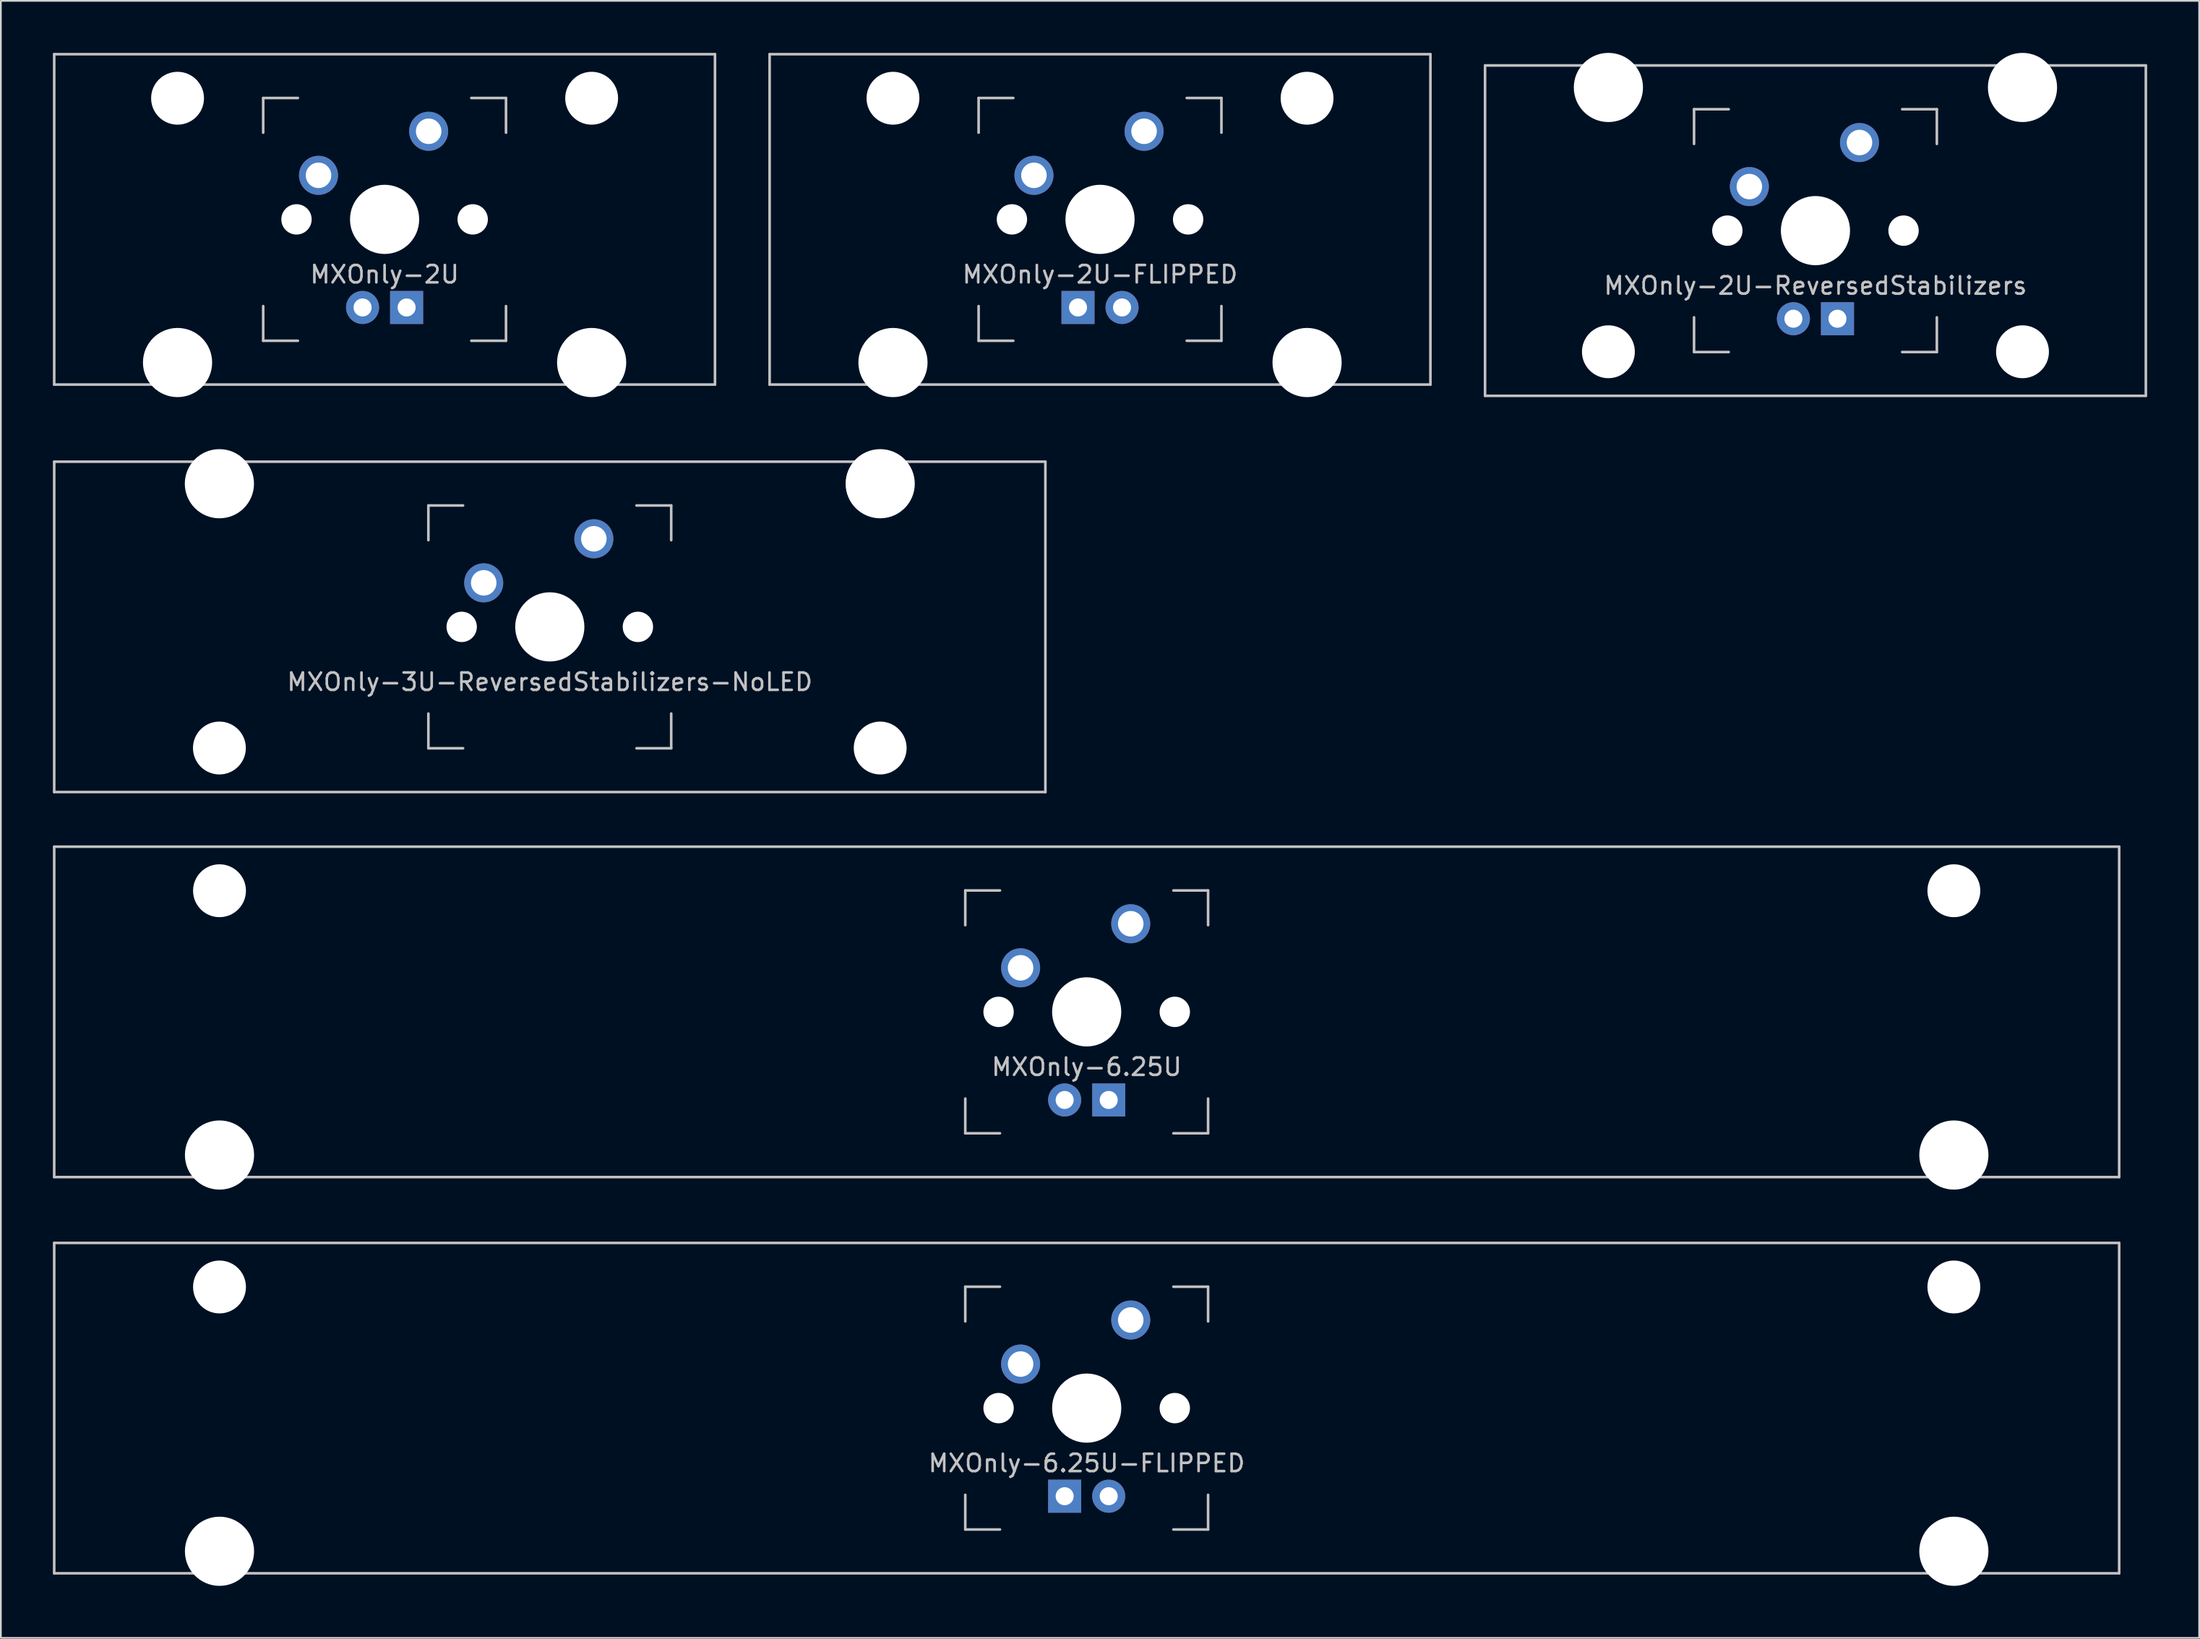
<source format=kicad_pcb>
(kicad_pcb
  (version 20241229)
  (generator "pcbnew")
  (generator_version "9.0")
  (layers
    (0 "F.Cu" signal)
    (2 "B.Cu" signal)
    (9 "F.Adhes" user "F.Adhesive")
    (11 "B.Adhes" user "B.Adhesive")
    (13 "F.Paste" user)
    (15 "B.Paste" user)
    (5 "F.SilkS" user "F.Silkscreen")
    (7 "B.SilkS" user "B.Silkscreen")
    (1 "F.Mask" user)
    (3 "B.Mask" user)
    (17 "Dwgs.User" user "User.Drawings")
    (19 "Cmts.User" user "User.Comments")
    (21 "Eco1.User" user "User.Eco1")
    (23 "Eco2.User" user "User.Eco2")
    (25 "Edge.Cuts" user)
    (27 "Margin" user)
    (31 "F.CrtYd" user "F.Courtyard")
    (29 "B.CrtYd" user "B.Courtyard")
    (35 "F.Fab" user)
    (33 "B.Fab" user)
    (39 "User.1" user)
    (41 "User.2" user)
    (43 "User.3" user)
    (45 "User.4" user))
  (footprint "MXOnly-2U"
    (layer "F.Cu")
    (at 19.125 9.6)
    (property "Reference" "MXOnly-2U" (at 0 3.175 0) (layer "Dwgs.User") (effects (font (size 1 1) (thickness 0.15))))
    (attr through_hole)
    (fp_line (start -19.05 -9.525) (end 19.05 -9.525) (stroke (width 0.15) (type solid)) (layer "Dwgs.User"))
    (fp_line (start -19.05 9.525) (end -19.05 -9.525) (stroke (width 0.15) (type solid)) (layer "Dwgs.User"))
    (fp_line (start -19.05 9.525) (end 19.05 9.525) (stroke (width 0.15) (type solid)) (layer "Dwgs.User"))
    (fp_line (start -7 -7) (end -7 -5) (stroke (width 0.15) (type solid)) (layer "Dwgs.User"))
    (fp_line (start -7 5) (end -7 7) (stroke (width 0.15) (type solid)) (layer "Dwgs.User"))
    (fp_line (start -7 7) (end -5 7) (stroke (width 0.15) (type solid)) (layer "Dwgs.User"))
    (fp_line (start -5 -7) (end -7 -7) (stroke (width 0.15) (type solid)) (layer "Dwgs.User"))
    (fp_line (start 5 -7) (end 7 -7) (stroke (width 0.15) (type solid)) (layer "Dwgs.User"))
    (fp_line (start 5 7) (end 7 7) (stroke (width 0.15) (type solid)) (layer "Dwgs.User"))
    (fp_line (start 7 -7) (end 7 -5) (stroke (width 0.15) (type solid)) (layer "Dwgs.User"))
    (fp_line (start 7 7) (end 7 5) (stroke (width 0.15) (type solid)) (layer "Dwgs.User"))
    (fp_line (start 19.05 -9.525) (end 19.05 9.525) (stroke (width 0.15) (type solid)) (layer "Dwgs.User"))
    (pad "" np_thru_hole circle (at -11.938 -6.985) (size 3.048 3.048) (drill 3.048) (layers "*.Cu" "*.Mask"))
    (pad "" np_thru_hole circle (at -11.938 8.255) (size 3.988 3.988) (drill 3.988) (layers "*.Cu" "*.Mask"))
    (pad "" np_thru_hole circle (at -5.08 0 48.1) (size 1.75 1.75) (drill 1.75) (layers "*.Cu" "*.Mask"))
    (pad "" np_thru_hole circle (at 0 0) (size 3.988 3.988) (drill 3.988) (layers "*.Cu" "*.Mask"))
    (pad "" np_thru_hole circle (at 5.08 0 48.1) (size 1.75 1.75) (drill 1.75) (layers "*.Cu" "*.Mask"))
    (pad "" np_thru_hole circle (at 11.938 -6.985) (size 3.048 3.048) (drill 3.048) (layers "*.Cu" "*.Mask"))
    (pad "" np_thru_hole circle (at 11.938 8.255) (size 3.988 3.988) (drill 3.988) (layers "*.Cu" "*.Mask"))
    (pad "1" thru_hole circle (at -3.81 -2.54) (size 2.25 2.25) (drill 1.47) (layers "*.Cu" "B.Mask"))
    (pad "2" thru_hole circle (at 2.54 -5.08) (size 2.25 2.25) (drill 1.47) (layers "*.Cu" "B.Mask"))
    (pad "3" thru_hole circle (at -1.27 5.08) (size 1.905 1.905) (drill 1.04) (layers "*.Cu" "B.Mask"))
    (pad "4" thru_hole rect (at 1.27 5.08) (size 1.905 1.905) (drill 1.04) (layers "*.Cu" "B.Mask")))
  (footprint "MXOnly-6.25U-FLIPPED"
    (layer "F.Cu")
    (at 59.606 78.147)
    (property "Reference" "MXOnly-6.25U-FLIPPED" (at 0 3.175 0) (layer "Dwgs.User") (effects (font (size 1 1) (thickness 0.15))))
    (attr through_hole)
    (fp_line (start -59.531 -9.525) (end 59.531 -9.525) (stroke (width 0.15) (type solid)) (layer "Dwgs.User"))
    (fp_line (start -59.531 9.525) (end -59.531 -9.525) (stroke (width 0.15) (type solid)) (layer "Dwgs.User"))
    (fp_line (start -59.531 9.525) (end 59.531 9.525) (stroke (width 0.15) (type solid)) (layer "Dwgs.User"))
    (fp_line (start -7 -7) (end -7 -5) (stroke (width 0.15) (type solid)) (layer "Dwgs.User"))
    (fp_line (start -7 5) (end -7 7) (stroke (width 0.15) (type solid)) (layer "Dwgs.User"))
    (fp_line (start -7 7) (end -5 7) (stroke (width 0.15) (type solid)) (layer "Dwgs.User"))
    (fp_line (start -5 -7) (end -7 -7) (stroke (width 0.15) (type solid)) (layer "Dwgs.User"))
    (fp_line (start 5 -7) (end 7 -7) (stroke (width 0.15) (type solid)) (layer "Dwgs.User"))
    (fp_line (start 5 7) (end 7 7) (stroke (width 0.15) (type solid)) (layer "Dwgs.User"))
    (fp_line (start 7 -7) (end 7 -5) (stroke (width 0.15) (type solid)) (layer "Dwgs.User"))
    (fp_line (start 7 7) (end 7 5) (stroke (width 0.15) (type solid)) (layer "Dwgs.User"))
    (fp_line (start 59.531 -9.525) (end 59.531 9.525) (stroke (width 0.15) (type solid)) (layer "Dwgs.User"))
    (pad "" np_thru_hole circle (at -50 -6.985) (size 3.048 3.048) (drill 3.048) (layers "*.Cu" "*.Mask"))
    (pad "" np_thru_hole circle (at -50 8.255) (size 3.988 3.988) (drill 3.988) (layers "*.Cu" "*.Mask"))
    (pad "" np_thru_hole circle (at -5.08 0 48.1) (size 1.75 1.75) (drill 1.75) (layers "*.Cu" "*.Mask"))
    (pad "" np_thru_hole circle (at 0 0) (size 3.988 3.988) (drill 3.988) (layers "*.Cu" "*.Mask"))
    (pad "" np_thru_hole circle (at 5.08 0 48.1) (size 1.75 1.75) (drill 1.75) (layers "*.Cu" "*.Mask"))
    (pad "" np_thru_hole circle (at 50 -6.985) (size 3.048 3.048) (drill 3.048) (layers "*.Cu" "*.Mask"))
    (pad "" np_thru_hole circle (at 50 8.255) (size 3.988 3.988) (drill 3.988) (layers "*.Cu" "*.Mask"))
    (pad "1" thru_hole circle (at -3.81 -2.54) (size 2.25 2.25) (drill 1.47) (layers "*.Cu" "*.Mask"))
    (pad "2" thru_hole circle (at 2.54 -5.08) (size 2.25 2.25) (drill 1.47) (layers "*.Cu" "*.Mask"))
    (pad "3" thru_hole circle (at 1.27 5.08) (size 1.905 1.905) (drill 1.04) (layers "*.Cu" "*.Mask"))
    (pad "4" thru_hole rect (at -1.27 5.08) (size 1.905 1.905) (drill 1.04) (layers "*.Cu" "*.Mask")))
  (footprint "MXOnly-2U-ReversedStabilizers"
    (layer "F.Cu")
    (at 101.625 10.249)
    (property "Reference" "MXOnly-2U-ReversedStabilizers" (at 0 3.175 0) (layer "Dwgs.User") (effects (font (size 1 1) (thickness 0.15))))
    (attr through_hole)
    (fp_line (start -19.05 -9.525) (end 19.05 -9.525) (stroke (width 0.15) (type solid)) (layer "Dwgs.User"))
    (fp_line (start -19.05 9.525) (end -19.05 -9.525) (stroke (width 0.15) (type solid)) (layer "Dwgs.User"))
    (fp_line (start -19.05 9.525) (end 19.05 9.525) (stroke (width 0.15) (type solid)) (layer "Dwgs.User"))
    (fp_line (start -7 -7) (end -7 -5) (stroke (width 0.15) (type solid)) (layer "Dwgs.User"))
    (fp_line (start -7 5) (end -7 7) (stroke (width 0.15) (type solid)) (layer "Dwgs.User"))
    (fp_line (start -7 7) (end -5 7) (stroke (width 0.15) (type solid)) (layer "Dwgs.User"))
    (fp_line (start -5 -7) (end -7 -7) (stroke (width 0.15) (type solid)) (layer "Dwgs.User"))
    (fp_line (start 5 -7) (end 7 -7) (stroke (width 0.15) (type solid)) (layer "Dwgs.User"))
    (fp_line (start 5 7) (end 7 7) (stroke (width 0.15) (type solid)) (layer "Dwgs.User"))
    (fp_line (start 7 -7) (end 7 -5) (stroke (width 0.15) (type solid)) (layer "Dwgs.User"))
    (fp_line (start 7 7) (end 7 5) (stroke (width 0.15) (type solid)) (layer "Dwgs.User"))
    (fp_line (start 19.05 -9.525) (end 19.05 9.525) (stroke (width 0.15) (type solid)) (layer "Dwgs.User"))
    (pad "" np_thru_hole circle (at -11.938 -8.255) (size 3.988 3.988) (drill 3.988) (layers "*.Cu" "*.Mask"))
    (pad "" np_thru_hole circle (at -11.938 6.985) (size 3.048 3.048) (drill 3.048) (layers "*.Cu" "*.Mask"))
    (pad "" np_thru_hole circle (at -5.08 0 48.1) (size 1.75 1.75) (drill 1.75) (layers "*.Cu" "*.Mask"))
    (pad "" np_thru_hole circle (at 0 0) (size 3.988 3.988) (drill 3.988) (layers "*.Cu" "*.Mask"))
    (pad "" np_thru_hole circle (at 5.08 0 48.1) (size 1.75 1.75) (drill 1.75) (layers "*.Cu" "*.Mask"))
    (pad "" np_thru_hole circle (at 11.938 -8.255) (size 3.988 3.988) (drill 3.988) (layers "*.Cu" "*.Mask"))
    (pad "" np_thru_hole circle (at 11.938 6.985) (size 3.048 3.048) (drill 3.048) (layers "*.Cu" "*.Mask"))
    (pad "1" thru_hole circle (at -3.81 -2.54) (size 2.25 2.25) (drill 1.47) (layers "*.Cu" "*.Mask"))
    (pad "2" thru_hole circle (at 2.54 -5.08) (size 2.25 2.25) (drill 1.47) (layers "*.Cu" "*.Mask"))
    (pad "3" thru_hole circle (at -1.27 5.08) (size 1.905 1.905) (drill 1.04) (layers "*.Cu" "*.Mask"))
    (pad "4" thru_hole rect (at 1.27 5.08) (size 1.905 1.905) (drill 1.04) (layers "*.Cu" "*.Mask")))
  (footprint "MXOnly-3U-ReversedStabilizers-NoLED"
    (layer "F.Cu")
    (at 28.65 33.098)
    (property "Reference" "MXOnly-3U-ReversedStabilizers-NoLED" (at 0 3.175 0) (layer "Dwgs.User") (effects (font (size 1 1) (thickness 0.15))))
    (attr through_hole)
    (fp_line (start -28.575 -9.525) (end 28.575 -9.525) (stroke (width 0.15) (type solid)) (layer "Dwgs.User"))
    (fp_line (start -28.575 9.525) (end -28.575 -9.525) (stroke (width 0.15) (type solid)) (layer "Dwgs.User"))
    (fp_line (start -28.575 9.525) (end 28.575 9.525) (stroke (width 0.15) (type solid)) (layer "Dwgs.User"))
    (fp_line (start -7 -7) (end -7 -5) (stroke (width 0.15) (type solid)) (layer "Dwgs.User"))
    (fp_line (start -7 5) (end -7 7) (stroke (width 0.15) (type solid)) (layer "Dwgs.User"))
    (fp_line (start -7 7) (end -5 7) (stroke (width 0.15) (type solid)) (layer "Dwgs.User"))
    (fp_line (start -5 -7) (end -7 -7) (stroke (width 0.15) (type solid)) (layer "Dwgs.User"))
    (fp_line (start 5 -7) (end 7 -7) (stroke (width 0.15) (type solid)) (layer "Dwgs.User"))
    (fp_line (start 5 7) (end 7 7) (stroke (width 0.15) (type solid)) (layer "Dwgs.User"))
    (fp_line (start 7 -7) (end 7 -5) (stroke (width 0.15) (type solid)) (layer "Dwgs.User"))
    (fp_line (start 7 7) (end 7 5) (stroke (width 0.15) (type solid)) (layer "Dwgs.User"))
    (fp_line (start 28.575 -9.525) (end 28.575 9.525) (stroke (width 0.15) (type solid)) (layer "Dwgs.User"))
    (pad "" np_thru_hole circle (at -19.05 -8.255) (size 3.988 3.988) (drill 3.988) (layers "*.Cu" "*.Mask"))
    (pad "" np_thru_hole circle (at -19.05 6.985) (size 3.048 3.048) (drill 3.048) (layers "*.Cu" "*.Mask"))
    (pad "" np_thru_hole circle (at -5.08 0 48.1) (size 1.75 1.75) (drill 1.75) (layers "*.Cu" "*.Mask"))
    (pad "" np_thru_hole circle (at 0 0) (size 3.988 3.988) (drill 3.988) (layers "*.Cu" "*.Mask"))
    (pad "" np_thru_hole circle (at 5.08 0 48.1) (size 1.75 1.75) (drill 1.75) (layers "*.Cu" "*.Mask"))
    (pad "" np_thru_hole circle (at 19.05 -8.255) (size 3.988 3.988) (drill 3.988) (layers "*.Cu" "*.Mask"))
    (pad "" np_thru_hole circle (at 19.05 6.985) (size 3.048 3.048) (drill 3.048) (layers "*.Cu" "*.Mask"))
    (pad "1" thru_hole circle (at -3.81 -2.54 48.1) (size 2.25 2.25) (drill 1.47) (layers "*.Cu" "*.Mask"))
    (pad "2" thru_hole circle (at 2.54 -5.08) (size 2.25 2.25) (drill 1.47) (layers "*.Cu" "*.Mask")))
  (footprint "MXOnly-6.25U"
    (layer "F.Cu")
    (at 59.606 55.298)
    (property "Reference" "MXOnly-6.25U" (at 0 3.175 0) (layer "Dwgs.User") (effects (font (size 1 1) (thickness 0.15))))
    (attr through_hole)
    (fp_line (start -59.531 -9.525) (end 59.531 -9.525) (stroke (width 0.15) (type solid)) (layer "Dwgs.User"))
    (fp_line (start -59.531 9.525) (end -59.531 -9.525) (stroke (width 0.15) (type solid)) (layer "Dwgs.User"))
    (fp_line (start -59.531 9.525) (end 59.531 9.525) (stroke (width 0.15) (type solid)) (layer "Dwgs.User"))
    (fp_line (start -7 -7) (end -7 -5) (stroke (width 0.15) (type solid)) (layer "Dwgs.User"))
    (fp_line (start -7 5) (end -7 7) (stroke (width 0.15) (type solid)) (layer "Dwgs.User"))
    (fp_line (start -7 7) (end -5 7) (stroke (width 0.15) (type solid)) (layer "Dwgs.User"))
    (fp_line (start -5 -7) (end -7 -7) (stroke (width 0.15) (type solid)) (layer "Dwgs.User"))
    (fp_line (start 5 -7) (end 7 -7) (stroke (width 0.15) (type solid)) (layer "Dwgs.User"))
    (fp_line (start 5 7) (end 7 7) (stroke (width 0.15) (type solid)) (layer "Dwgs.User"))
    (fp_line (start 7 -7) (end 7 -5) (stroke (width 0.15) (type solid)) (layer "Dwgs.User"))
    (fp_line (start 7 7) (end 7 5) (stroke (width 0.15) (type solid)) (layer "Dwgs.User"))
    (fp_line (start 59.531 -9.525) (end 59.531 9.525) (stroke (width 0.15) (type solid)) (layer "Dwgs.User"))
    (pad "" np_thru_hole circle (at -50 -6.985) (size 3.048 3.048) (drill 3.048) (layers "*.Cu" "*.Mask"))
    (pad "" np_thru_hole circle (at -50 8.255) (size 3.988 3.988) (drill 3.988) (layers "*.Cu" "*.Mask"))
    (pad "" np_thru_hole circle (at -5.08 0 48.1) (size 1.75 1.75) (drill 1.75) (layers "*.Cu" "*.Mask"))
    (pad "" np_thru_hole circle (at 0 0) (size 3.988 3.988) (drill 3.988) (layers "*.Cu" "*.Mask"))
    (pad "" np_thru_hole circle (at 5.08 0 48.1) (size 1.75 1.75) (drill 1.75) (layers "*.Cu" "*.Mask"))
    (pad "" np_thru_hole circle (at 50 -6.985) (size 3.048 3.048) (drill 3.048) (layers "*.Cu" "*.Mask"))
    (pad "" np_thru_hole circle (at 50 8.255) (size 3.988 3.988) (drill 3.988) (layers "*.Cu" "*.Mask"))
    (pad "1" thru_hole circle (at -3.81 -2.54) (size 2.25 2.25) (drill 1.47) (layers "*.Cu" "*.Mask"))
    (pad "2" thru_hole circle (at 2.54 -5.08) (size 2.25 2.25) (drill 1.47) (layers "*.Cu" "*.Mask"))
    (pad "3" thru_hole circle (at -1.27 5.08) (size 1.905 1.905) (drill 1.04) (layers "*.Cu" "*.Mask"))
    (pad "4" thru_hole rect (at 1.27 5.08) (size 1.905 1.905) (drill 1.04) (layers "*.Cu" "*.Mask")))
  (footprint "MXOnly-2U-FLIPPED"
    (layer "F.Cu")
    (at 60.375 9.6)
    (property "Reference" "MXOnly-2U-FLIPPED" (at 0 3.175 0) (layer "Dwgs.User") (effects (font (size 1 1) (thickness 0.15))))
    (attr through_hole)
    (fp_line (start -19.05 -9.525) (end 19.05 -9.525) (stroke (width 0.15) (type solid)) (layer "Dwgs.User"))
    (fp_line (start -19.05 9.525) (end -19.05 -9.525) (stroke (width 0.15) (type solid)) (layer "Dwgs.User"))
    (fp_line (start -19.05 9.525) (end 19.05 9.525) (stroke (width 0.15) (type solid)) (layer "Dwgs.User"))
    (fp_line (start -7 -7) (end -7 -5) (stroke (width 0.15) (type solid)) (layer "Dwgs.User"))
    (fp_line (start -7 5) (end -7 7) (stroke (width 0.15) (type solid)) (layer "Dwgs.User"))
    (fp_line (start -7 7) (end -5 7) (stroke (width 0.15) (type solid)) (layer "Dwgs.User"))
    (fp_line (start -5 -7) (end -7 -7) (stroke (width 0.15) (type solid)) (layer "Dwgs.User"))
    (fp_line (start 5 -7) (end 7 -7) (stroke (width 0.15) (type solid)) (layer "Dwgs.User"))
    (fp_line (start 5 7) (end 7 7) (stroke (width 0.15) (type solid)) (layer "Dwgs.User"))
    (fp_line (start 7 -7) (end 7 -5) (stroke (width 0.15) (type solid)) (layer "Dwgs.User"))
    (fp_line (start 7 7) (end 7 5) (stroke (width 0.15) (type solid)) (layer "Dwgs.User"))
    (fp_line (start 19.05 -9.525) (end 19.05 9.525) (stroke (width 0.15) (type solid)) (layer "Dwgs.User"))
    (pad "" np_thru_hole circle (at -11.938 -6.985) (size 3.048 3.048) (drill 3.048) (layers "*.Cu" "*.Mask"))
    (pad "" np_thru_hole circle (at -11.938 8.255) (size 3.988 3.988) (drill 3.988) (layers "*.Cu" "*.Mask"))
    (pad "" np_thru_hole circle (at -5.08 0 48.1) (size 1.75 1.75) (drill 1.75) (layers "*.Cu" "*.Mask"))
    (pad "" np_thru_hole circle (at 0 0) (size 3.988 3.988) (drill 3.988) (layers "*.Cu" "*.Mask"))
    (pad "" np_thru_hole circle (at 5.08 0 48.1) (size 1.75 1.75) (drill 1.75) (layers "*.Cu" "*.Mask"))
    (pad "" np_thru_hole circle (at 11.938 -6.985) (size 3.048 3.048) (drill 3.048) (layers "*.Cu" "*.Mask"))
    (pad "" np_thru_hole circle (at 11.938 8.255) (size 3.988 3.988) (drill 3.988) (layers "*.Cu" "*.Mask"))
    (pad "1" thru_hole circle (at -3.81 -2.54) (size 2.25 2.25) (drill 1.47) (layers "*.Cu" "*.Mask"))
    (pad "2" thru_hole circle (at 2.54 -5.08) (size 2.25 2.25) (drill 1.47) (layers "*.Cu" "*.Mask"))
    (pad "3" thru_hole circle (at 1.27 5.08) (size 1.905 1.905) (drill 1.04) (layers "*.Cu" "*.Mask"))
    (pad "4" thru_hole rect (at -1.27 5.08) (size 1.905 1.905) (drill 1.04) (layers "*.Cu" "*.Mask")))
  (gr_rect
    (start -3 -3)
    (end 123.75 91.396)
    (stroke (width 0.1) (type default))
    (fill no)
    (layer "Edge.Cuts")))
</source>
